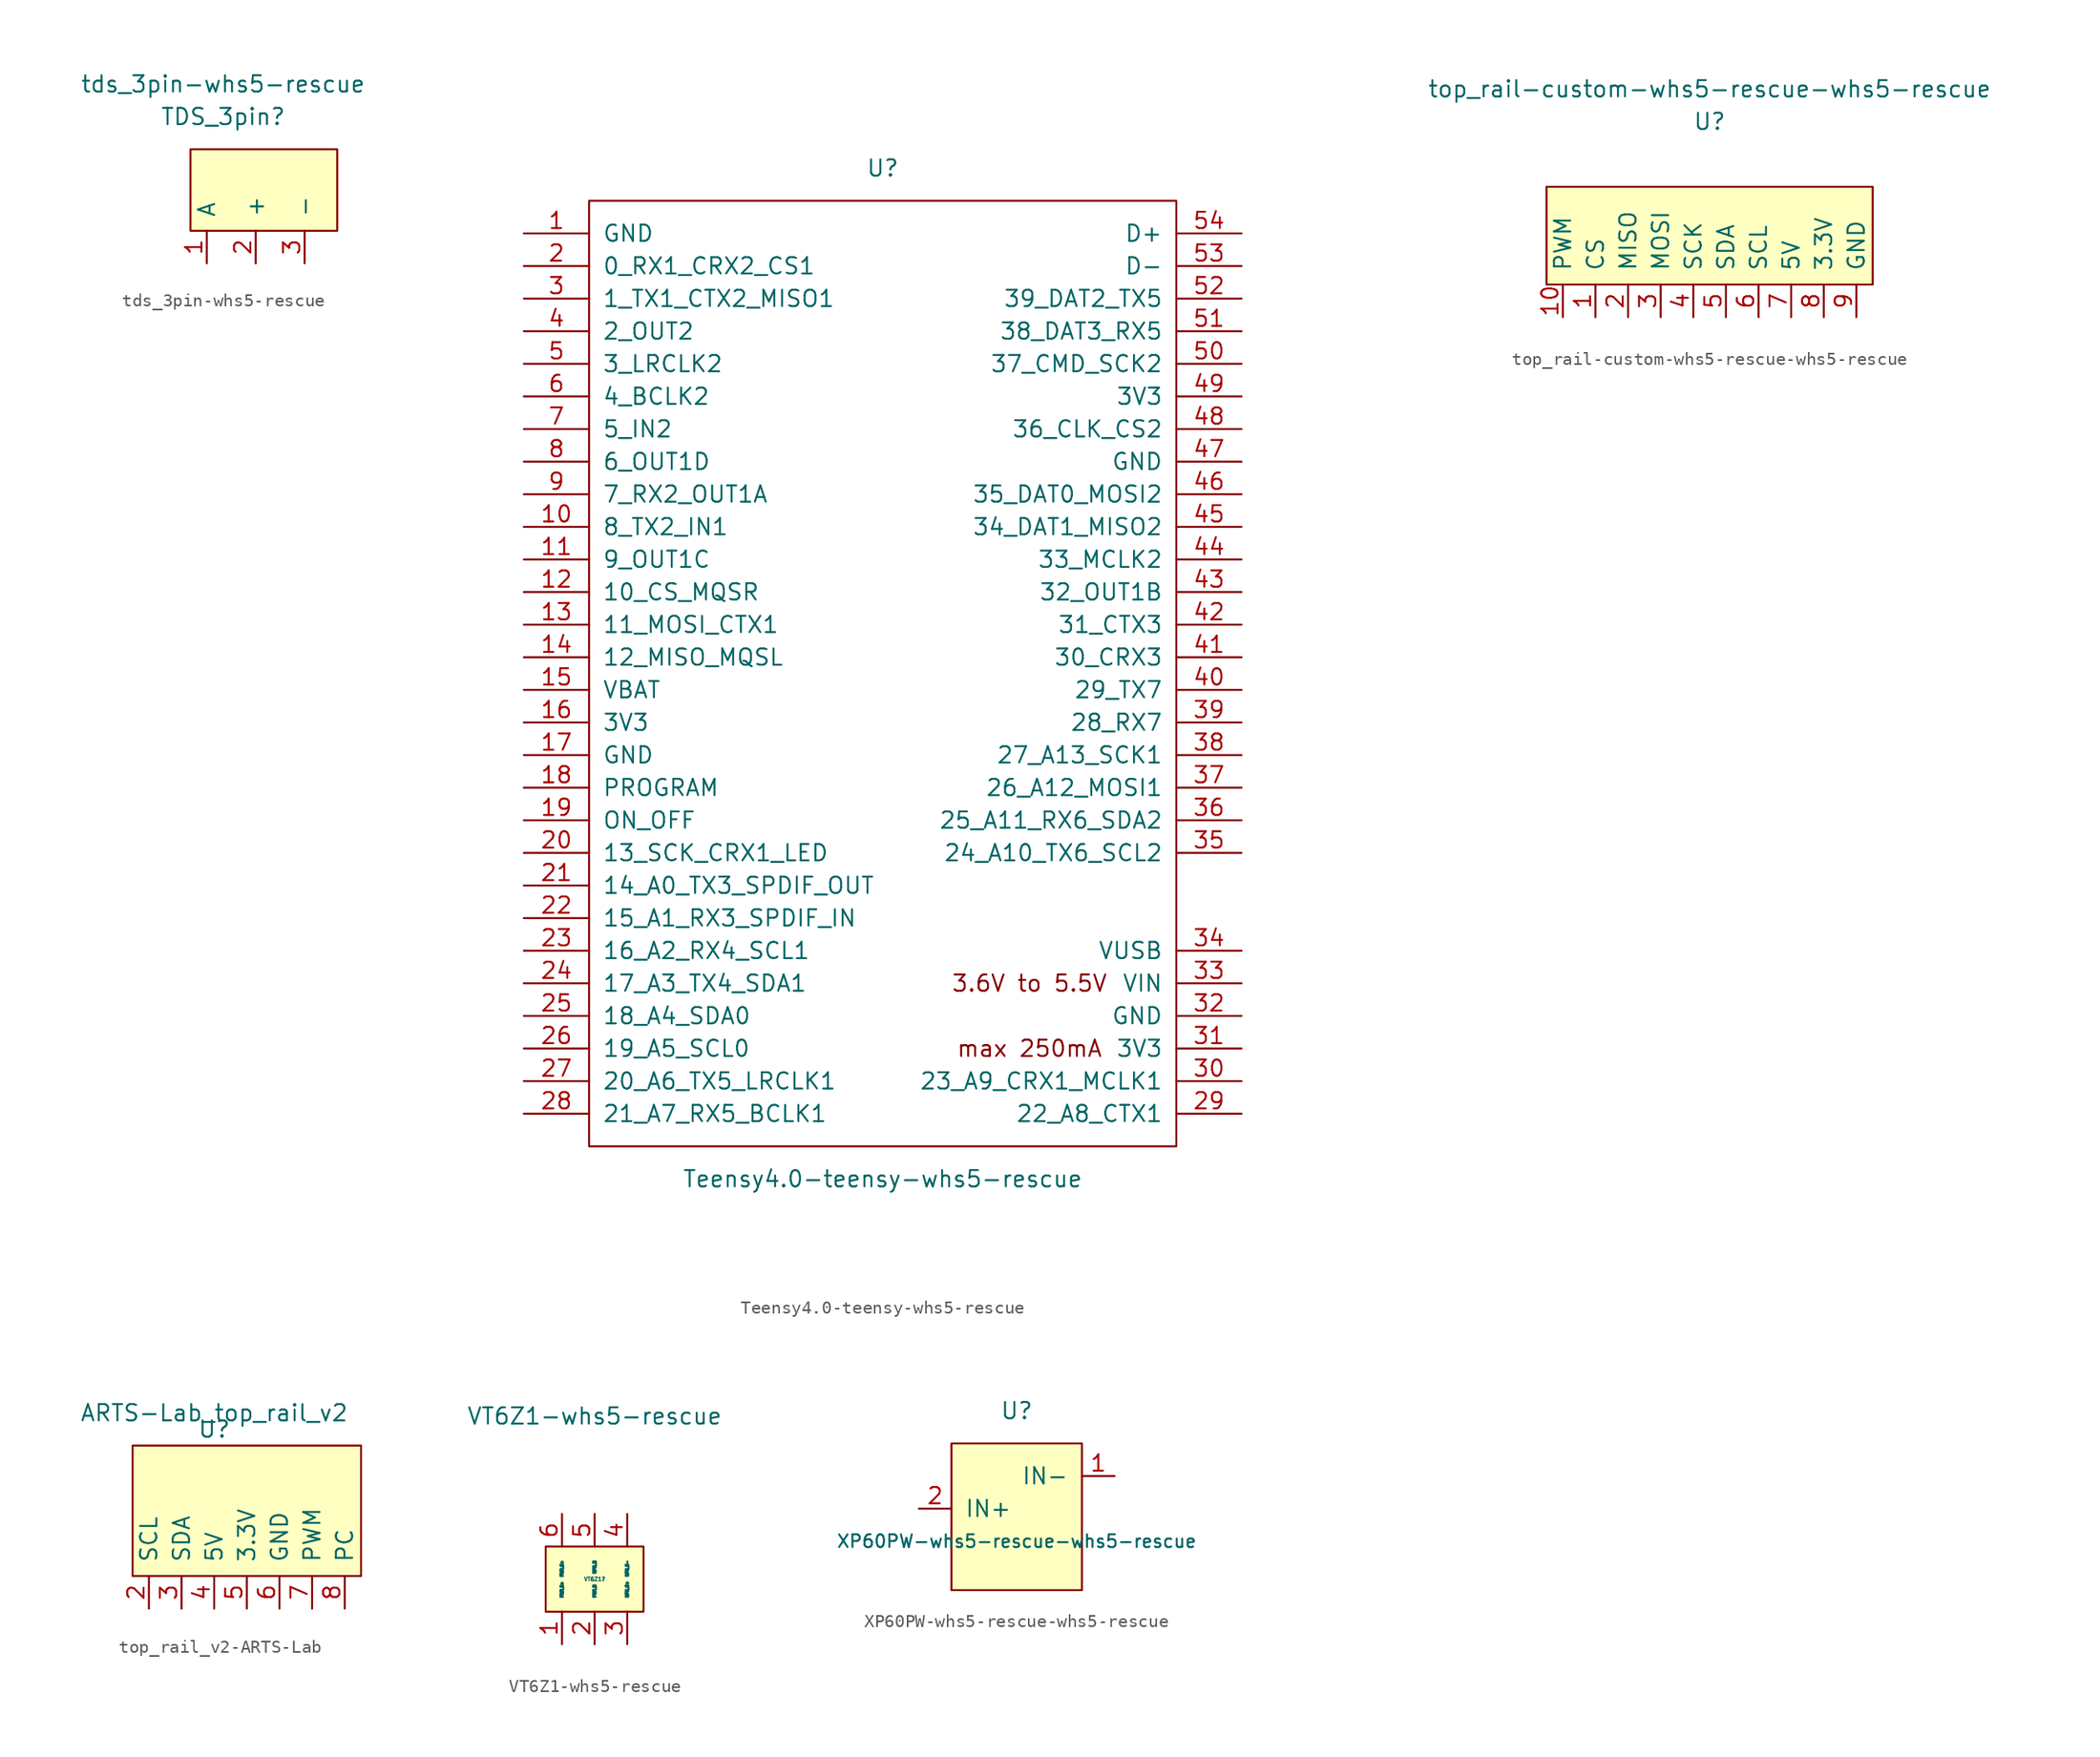
<source format=kicad_sym>
(kicad_symbol_lib
  (version 20231120)
  (generator "kicad_symbol_editor")
  (generator_version "8.0")
  (symbol "tds_3pin-whs5-rescue"
    (pin_names
      (offset 1.016))
    (property "Reference" "TDS_3pin"
      (at 0 2.54 0)
      (effects (font (size 1.27 1.27))))
    (property "Value" "tds_3pin-whs5-rescue"
      (at 0 5.08 0)
      (effects (font (size 1.27 1.27))))
    (symbol "tds_3pin-whs5-rescue_0_1"
      (rectangle (start -2.54 0) (end 8.89 -6.35) (stroke (width 0) (type solid)) (fill (type background))))
    (symbol "tds_3pin-whs5-rescue_1_1"
      (pin input line (at -1.27 -8.89 90) (length 2.54) (name "A" (effects (font (size 1.27 1.27)))) (number "1" (effects (font (size 1.27 1.27)))))
      (pin output line (at 2.54 -8.89 90) (length 2.54) (name "+" (effects (font (size 1.27 1.27)))) (number "2" (effects (font (size 1.27 1.27)))))
      (pin output line (at 6.35 -8.89 90) (length 2.54) (name "-" (effects (font (size 1.27 1.27)))) (number "3" (effects (font (size 1.27 1.27)))))))
  (symbol "Teensy4.0-teensy-whs5-rescue"
    (pin_names
      (offset 1.016))
    (property "Reference" "U"
      (at 0 39.37 0)
      (effects (font (size 1.27 1.27))))
    (property "Value" "Teensy4.0-teensy-whs5-rescue"
      (at 0 -39.37 0)
      (effects (font (size 1.27 1.27))))
    (symbol "Teensy4.0-teensy-whs5-rescue_0_0"
      (text "3.6V to 5.5V" (at 11.43 -24.13 0) (effects (font (size 1.27 1.27))))
      (text "max 250mA" (at 11.43 -29.21 0) (effects (font (size 1.27 1.27))))
      (pin bidirectional line (at -27.94 11.43 0) (length 5.08) (name "8_TX2_IN1" (effects (font (size 1.27 1.27)))) (number "10" (effects (font (size 1.27 1.27)))))
      (pin bidirectional line (at -27.94 8.89 0) (length 5.08) (name "9_OUT1C" (effects (font (size 1.27 1.27)))) (number "11" (effects (font (size 1.27 1.27)))))
      (pin bidirectional line (at -27.94 6.35 0) (length 5.08) (name "10_CS_MQSR" (effects (font (size 1.27 1.27)))) (number "12" (effects (font (size 1.27 1.27)))))
      (pin bidirectional line (at -27.94 3.81 0) (length 5.08) (name "11_MOSI_CTX1" (effects (font (size 1.27 1.27)))) (number "13" (effects (font (size 1.27 1.27)))))
      (pin bidirectional line (at -27.94 1.27 0) (length 5.08) (name "12_MISO_MQSL" (effects (font (size 1.27 1.27)))) (number "14" (effects (font (size 1.27 1.27)))))
      (pin power_in line (at -27.94 -1.27 0) (length 5.08) (name "VBAT" (effects (font (size 1.27 1.27)))) (number "15" (effects (font (size 1.27 1.27)))))
      (pin power_in line (at -27.94 -3.81 0) (length 5.08) (name "3V3" (effects (font (size 1.27 1.27)))) (number "16" (effects (font (size 1.27 1.27)))))
      (pin power_in line (at -27.94 -6.35 0) (length 5.08) (name "GND" (effects (font (size 1.27 1.27)))) (number "17" (effects (font (size 1.27 1.27)))))
      (pin input line (at -27.94 -8.89 0) (length 5.08) (name "PROGRAM" (effects (font (size 1.27 1.27)))) (number "18" (effects (font (size 1.27 1.27)))))
      (pin input line (at -27.94 -11.43 0) (length 5.08) (name "ON_OFF" (effects (font (size 1.27 1.27)))) (number "19" (effects (font (size 1.27 1.27)))))
      (pin bidirectional line (at -27.94 -13.97 0) (length 5.08) (name "13_SCK_CRX1_LED" (effects (font (size 1.27 1.27)))) (number "20" (effects (font (size 1.27 1.27)))))
      (pin bidirectional line (at -27.94 -16.51 0) (length 5.08) (name "14_A0_TX3_SPDIF_OUT" (effects (font (size 1.27 1.27)))) (number "21" (effects (font (size 1.27 1.27)))))
      (pin bidirectional line (at -27.94 -19.05 0) (length 5.08) (name "15_A1_RX3_SPDIF_IN" (effects (font (size 1.27 1.27)))) (number "22" (effects (font (size 1.27 1.27)))))
      (pin bidirectional line (at -27.94 -21.59 0) (length 5.08) (name "16_A2_RX4_SCL1" (effects (font (size 1.27 1.27)))) (number "23" (effects (font (size 1.27 1.27)))))
      (pin bidirectional line (at -27.94 -24.13 0) (length 5.08) (name "17_A3_TX4_SDA1" (effects (font (size 1.27 1.27)))) (number "24" (effects (font (size 1.27 1.27)))))
      (pin bidirectional line (at -27.94 -26.67 0) (length 5.08) (name "18_A4_SDA0" (effects (font (size 1.27 1.27)))) (number "25" (effects (font (size 1.27 1.27)))))
      (pin bidirectional line (at -27.94 -29.21 0) (length 5.08) (name "19_A5_SCL0" (effects (font (size 1.27 1.27)))) (number "26" (effects (font (size 1.27 1.27)))))
      (pin bidirectional line (at -27.94 -31.75 0) (length 5.08) (name "20_A6_TX5_LRCLK1" (effects (font (size 1.27 1.27)))) (number "27" (effects (font (size 1.27 1.27)))))
      (pin bidirectional line (at -27.94 -34.29 0) (length 5.08) (name "21_A7_RX5_BCLK1" (effects (font (size 1.27 1.27)))) (number "28" (effects (font (size 1.27 1.27)))))
      (pin bidirectional line (at 27.94 -34.29 180) (length 5.08) (name "22_A8_CTX1" (effects (font (size 1.27 1.27)))) (number "29" (effects (font (size 1.27 1.27)))))
      (pin bidirectional line (at 27.94 -31.75 180) (length 5.08) (name "23_A9_CRX1_MCLK1" (effects (font (size 1.27 1.27)))) (number "30" (effects (font (size 1.27 1.27)))))
      (pin power_out line (at 27.94 -29.21 180) (length 5.08) (name "3V3" (effects (font (size 1.27 1.27)))) (number "31" (effects (font (size 1.27 1.27)))))
      (pin power_in line (at 27.94 -26.67 180) (length 5.08) (name "GND" (effects (font (size 1.27 1.27)))) (number "32" (effects (font (size 1.27 1.27)))))
      (pin power_in line (at 27.94 -24.13 180) (length 5.08) (name "VIN" (effects (font (size 1.27 1.27)))) (number "33" (effects (font (size 1.27 1.27)))))
      (pin power_out line (at 27.94 -21.59 180) (length 5.08) (name "VUSB" (effects (font (size 1.27 1.27)))) (number "34" (effects (font (size 1.27 1.27)))))
      (pin bidirectional line (at 27.94 -13.97 180) (length 5.08) (name "24_A10_TX6_SCL2" (effects (font (size 1.27 1.27)))) (number "35" (effects (font (size 1.27 1.27)))))
      (pin bidirectional line (at 27.94 -11.43 180) (length 5.08) (name "25_A11_RX6_SDA2" (effects (font (size 1.27 1.27)))) (number "36" (effects (font (size 1.27 1.27)))))
      (pin bidirectional line (at 27.94 -8.89 180) (length 5.08) (name "26_A12_MOSI1" (effects (font (size 1.27 1.27)))) (number "37" (effects (font (size 1.27 1.27)))))
      (pin bidirectional line (at 27.94 -6.35 180) (length 5.08) (name "27_A13_SCK1" (effects (font (size 1.27 1.27)))) (number "38" (effects (font (size 1.27 1.27)))))
      (pin bidirectional line (at 27.94 -3.81 180) (length 5.08) (name "28_RX7" (effects (font (size 1.27 1.27)))) (number "39" (effects (font (size 1.27 1.27)))))
      (pin bidirectional line (at 27.94 -1.27 180) (length 5.08) (name "29_TX7" (effects (font (size 1.27 1.27)))) (number "40" (effects (font (size 1.27 1.27)))))
      (pin bidirectional line (at 27.94 1.27 180) (length 5.08) (name "30_CRX3" (effects (font (size 1.27 1.27)))) (number "41" (effects (font (size 1.27 1.27)))))
      (pin bidirectional line (at 27.94 3.81 180) (length 5.08) (name "31_CTX3" (effects (font (size 1.27 1.27)))) (number "42" (effects (font (size 1.27 1.27)))))
      (pin bidirectional line (at 27.94 6.35 180) (length 5.08) (name "32_OUT1B" (effects (font (size 1.27 1.27)))) (number "43" (effects (font (size 1.27 1.27)))))
      (pin bidirectional line (at 27.94 8.89 180) (length 5.08) (name "33_MCLK2" (effects (font (size 1.27 1.27)))) (number "44" (effects (font (size 1.27 1.27)))))
      (pin bidirectional line (at 27.94 11.43 180) (length 5.08) (name "34_DAT1_MISO2" (effects (font (size 1.27 1.27)))) (number "45" (effects (font (size 1.27 1.27)))))
      (pin bidirectional line (at 27.94 13.97 180) (length 5.08) (name "35_DAT0_MOSI2" (effects (font (size 1.27 1.27)))) (number "46" (effects (font (size 1.27 1.27)))))
      (pin power_out line (at 27.94 16.51 180) (length 5.08) (name "GND" (effects (font (size 1.27 1.27)))) (number "47" (effects (font (size 1.27 1.27)))))
      (pin bidirectional line (at 27.94 19.05 180) (length 5.08) (name "36_CLK_CS2" (effects (font (size 1.27 1.27)))) (number "48" (effects (font (size 1.27 1.27)))))
      (pin power_out line (at 27.94 21.59 180) (length 5.08) (name "3V3" (effects (font (size 1.27 1.27)))) (number "49" (effects (font (size 1.27 1.27)))))
      (pin bidirectional line (at -27.94 24.13 0) (length 5.08) (name "3_LRCLK2" (effects (font (size 1.27 1.27)))) (number "5" (effects (font (size 1.27 1.27)))))
      (pin bidirectional line (at 27.94 24.13 180) (length 5.08) (name "37_CMD_SCK2" (effects (font (size 1.27 1.27)))) (number "50" (effects (font (size 1.27 1.27)))))
      (pin bidirectional line (at 27.94 26.67 180) (length 5.08) (name "38_DAT3_RX5" (effects (font (size 1.27 1.27)))) (number "51" (effects (font (size 1.27 1.27)))))
      (pin bidirectional line (at 27.94 29.21 180) (length 5.08) (name "39_DAT2_TX5" (effects (font (size 1.27 1.27)))) (number "52" (effects (font (size 1.27 1.27)))))
      (pin bidirectional line (at 27.94 31.75 180) (length 5.08) (name "D-" (effects (font (size 1.27 1.27)))) (number "53" (effects (font (size 1.27 1.27)))))
      (pin bidirectional line (at 27.94 34.29 180) (length 5.08) (name "D+" (effects (font (size 1.27 1.27)))) (number "54" (effects (font (size 1.27 1.27)))))
      (pin bidirectional line (at -27.94 21.59 0) (length 5.08) (name "4_BCLK2" (effects (font (size 1.27 1.27)))) (number "6" (effects (font (size 1.27 1.27)))))
      (pin bidirectional line (at -27.94 19.05 0) (length 5.08) (name "5_IN2" (effects (font (size 1.27 1.27)))) (number "7" (effects (font (size 1.27 1.27)))))
      (pin bidirectional line (at -27.94 16.51 0) (length 5.08) (name "6_OUT1D" (effects (font (size 1.27 1.27)))) (number "8" (effects (font (size 1.27 1.27)))))
      (pin bidirectional line (at -27.94 13.97 0) (length 5.08) (name "7_RX2_OUT1A" (effects (font (size 1.27 1.27)))) (number "9" (effects (font (size 1.27 1.27))))))
    (symbol "Teensy4.0-teensy-whs5-rescue_0_1"
      (rectangle (start -22.86 36.83) (end 22.86 -36.83) (stroke (width 0) (type solid)) (fill (type none)))
      (rectangle (start -20.32 -31.75) (end -20.32 -31.75) (stroke (width 0) (type solid)) (fill (type none))))
    (symbol "Teensy4.0-teensy-whs5-rescue_1_1"
      (pin power_in line (at -27.94 34.29 0) (length 5.08) (name "GND" (effects (font (size 1.27 1.27)))) (number "1" (effects (font (size 1.27 1.27)))))
      (pin bidirectional line (at -27.94 31.75 0) (length 5.08) (name "0_RX1_CRX2_CS1" (effects (font (size 1.27 1.27)))) (number "2" (effects (font (size 1.27 1.27)))))
      (pin bidirectional line (at -27.94 29.21 0) (length 5.08) (name "1_TX1_CTX2_MISO1" (effects (font (size 1.27 1.27)))) (number "3" (effects (font (size 1.27 1.27)))))
      (pin bidirectional line (at -27.94 26.67 0) (length 5.08) (name "2_OUT2" (effects (font (size 1.27 1.27)))) (number "4" (effects (font (size 1.27 1.27)))))))
  (symbol "top_rail-custom-whs5-rescue-whs5-rescue"
    (pin_names
      (offset 1.016))
    (property "Reference" "U"
      (at 0 5.08 0)
      (effects (font (size 1.27 1.27))))
    (property "Value" "top_rail-custom-whs5-rescue-whs5-rescue"
      (at 0 7.62 0)
      (effects (font (size 1.27 1.27))))
    (symbol "top_rail-custom-whs5-rescue-whs5-rescue_0_1"
      (rectangle (start -12.7 0) (end 12.7 -7.62) (stroke (width 0) (type solid)) (fill (type background))))
    (symbol "top_rail-custom-whs5-rescue-whs5-rescue_1_1"
      (pin input line (at -8.89 -10.16 90) (length 2.54) (name "CS" (effects (font (size 1.27 1.27)))) (number "1" (effects (font (size 1.27 1.27)))))
      (pin passive line (at -11.43 -10.16 90) (length 2.54) (name "PWM" (effects (font (size 1.27 1.27)))) (number "10" (effects (font (size 1.27 1.27)))))
      (pin input line (at -6.35 -10.16 90) (length 2.54) (name "MISO" (effects (font (size 1.27 1.27)))) (number "2" (effects (font (size 1.27 1.27)))))
      (pin input line (at -3.81 -10.16 90) (length 2.54) (name "MOSI" (effects (font (size 1.27 1.27)))) (number "3" (effects (font (size 1.27 1.27)))))
      (pin input line (at -1.27 -10.16 90) (length 2.54) (name "SCK" (effects (font (size 1.27 1.27)))) (number "4" (effects (font (size 1.27 1.27)))))
      (pin input line (at 1.27 -10.16 90) (length 2.54) (name "SDA" (effects (font (size 1.27 1.27)))) (number "5" (effects (font (size 1.27 1.27)))))
      (pin input line (at 3.81 -10.16 90) (length 2.54) (name "SCL" (effects (font (size 1.27 1.27)))) (number "6" (effects (font (size 1.27 1.27)))))
      (pin input line (at 6.35 -10.16 90) (length 2.54) (name "5V" (effects (font (size 1.27 1.27)))) (number "7" (effects (font (size 1.27 1.27)))))
      (pin input line (at 8.89 -10.16 90) (length 2.54) (name "3.3V" (effects (font (size 1.27 1.27)))) (number "8" (effects (font (size 1.27 1.27)))))
      (pin input line (at 11.43 -10.16 90) (length 2.54) (name "GND" (effects (font (size 1.27 1.27)))) (number "9" (effects (font (size 1.27 1.27)))))))
  (symbol "top_rail_v2-ARTS-Lab"
    (pin_names
      (offset 1.016))
    (property "Reference" "U"
      (at -1.27 7.62 0)
      (effects (font (size 1.27 1.27))))
    (property "Value" "ARTS-Lab_top_rail_v2"
      (at -1.27 8.89 0)
      (effects (font (size 1.27 1.27))))
    (symbol "top_rail_v2-ARTS-Lab_0_1"
      (rectangle (start -7.62 -3.81) (end 10.16 6.35) (stroke (width 0) (type solid)) (fill (type background))))
    (symbol "top_rail_v2-ARTS-Lab_1_1"
      (pin input line (at -6.35 -6.35 90) (length 2.54) (name "SCL" (effects (font (size 1.27 1.27)))) (number "2" (effects (font (size 1.27 1.27)))))
      (pin input line (at -3.81 -6.35 90) (length 2.54) (name "SDA" (effects (font (size 1.27 1.27)))) (number "3" (effects (font (size 1.27 1.27)))))
      (pin input line (at -1.27 -6.35 90) (length 2.54) (name "5V" (effects (font (size 1.27 1.27)))) (number "4" (effects (font (size 1.27 1.27)))))
      (pin input line (at 1.27 -6.35 90) (length 2.54) (name "3.3V" (effects (font (size 1.27 1.27)))) (number "5" (effects (font (size 1.27 1.27)))))
      (pin input line (at 3.81 -6.35 90) (length 2.54) (name "GND" (effects (font (size 1.27 1.27)))) (number "6" (effects (font (size 1.27 1.27)))))
      (pin input line (at 6.35 -6.35 90) (length 2.54) (name "PWM" (effects (font (size 1.27 1.27)))) (number "7" (effects (font (size 1.27 1.27)))))
      (pin input line (at 8.89 -6.35 90) (length 2.54) (name "PC" (effects (font (size 1.27 1.27)))) (number "8" (effects (font (size 1.27 1.27)))))))
  (symbol "VT6Z1-whs5-rescue"
    (pin_names
      (offset 1.016))
    (property "Reference" "VT6Z1"
      (at 0 -7.62 0)
      (effects (font (size 0.305 0.305))))
    (property "Value" "VT6Z1-whs5-rescue"
      (at 0 5.08 0)
      (effects (font (size 1.27 1.27))))
    (symbol "VT6Z1-whs5-rescue_0_1"
      (rectangle (start -3.81 -5.08) (end 3.81 -10.16) (stroke (width 0) (type solid)) (fill (type background))))
    (symbol "VT6Z1-whs5-rescue_1_1"
      (pin input line (at -2.54 -12.7 90) (length 2.54) (name "PNP_E+" (effects (font (size 0.203 0.203)))) (number "1" (effects (font (size 1.27 1.27)))))
      (pin input line (at 0 -12.7 90) (length 2.54) (name "PNP_B" (effects (font (size 0.203 0.203)))) (number "2" (effects (font (size 1.27 1.27)))))
      (pin input line (at 2.54 -12.7 90) (length 2.54) (name "NPN_C+" (effects (font (size 0.203 0.203)))) (number "3" (effects (font (size 1.27 1.27)))))
      (pin input line (at 2.54 -2.54 270) (length 2.54) (name "NPN_E-" (effects (font (size 0.203 0.203)))) (number "4" (effects (font (size 1.27 1.27)))))
      (pin input line (at 0 -2.54 270) (length 2.54) (name "NPN_B" (effects (font (size 0.203 0.203)))) (number "5" (effects (font (size 1.27 1.27)))))
      (pin input line (at -2.54 -2.54 270) (length 2.54) (name "PNP_C+" (effects (font (size 0.203 0.203)))) (number "6" (effects (font (size 1.27 1.27)))))))
  (symbol "XP60PW-whs5-rescue-whs5-rescue"
    (pin_names
      (offset 1.016))
    (property "Reference" "U"
      (at 0 2.54 0)
      (effects (font (size 1.27 1.27))))
    (property "Value" "XP60PW-whs5-rescue-whs5-rescue"
      (at 0 -7.62 0)
      (effects (font (size 0.991 0.991))))
    (symbol "XP60PW-whs5-rescue-whs5-rescue_0_1"
      (rectangle (start -5.08 0) (end 5.08 -11.43) (stroke (width 0) (type solid)) (fill (type background))))
    (symbol "XP60PW-whs5-rescue-whs5-rescue_1_1"
      (pin power_in line (at 7.62 -2.54 180) (length 2.54) (name "IN-" (effects (font (size 1.27 1.27)))) (number "1" (effects (font (size 1.27 1.27)))))
      (pin power_in line (at -7.62 -5.08 0) (length 2.54) (name "IN+" (effects (font (size 1.27 1.27)))) (number "2" (effects (font (size 1.27 1.27))))))))
</source>
